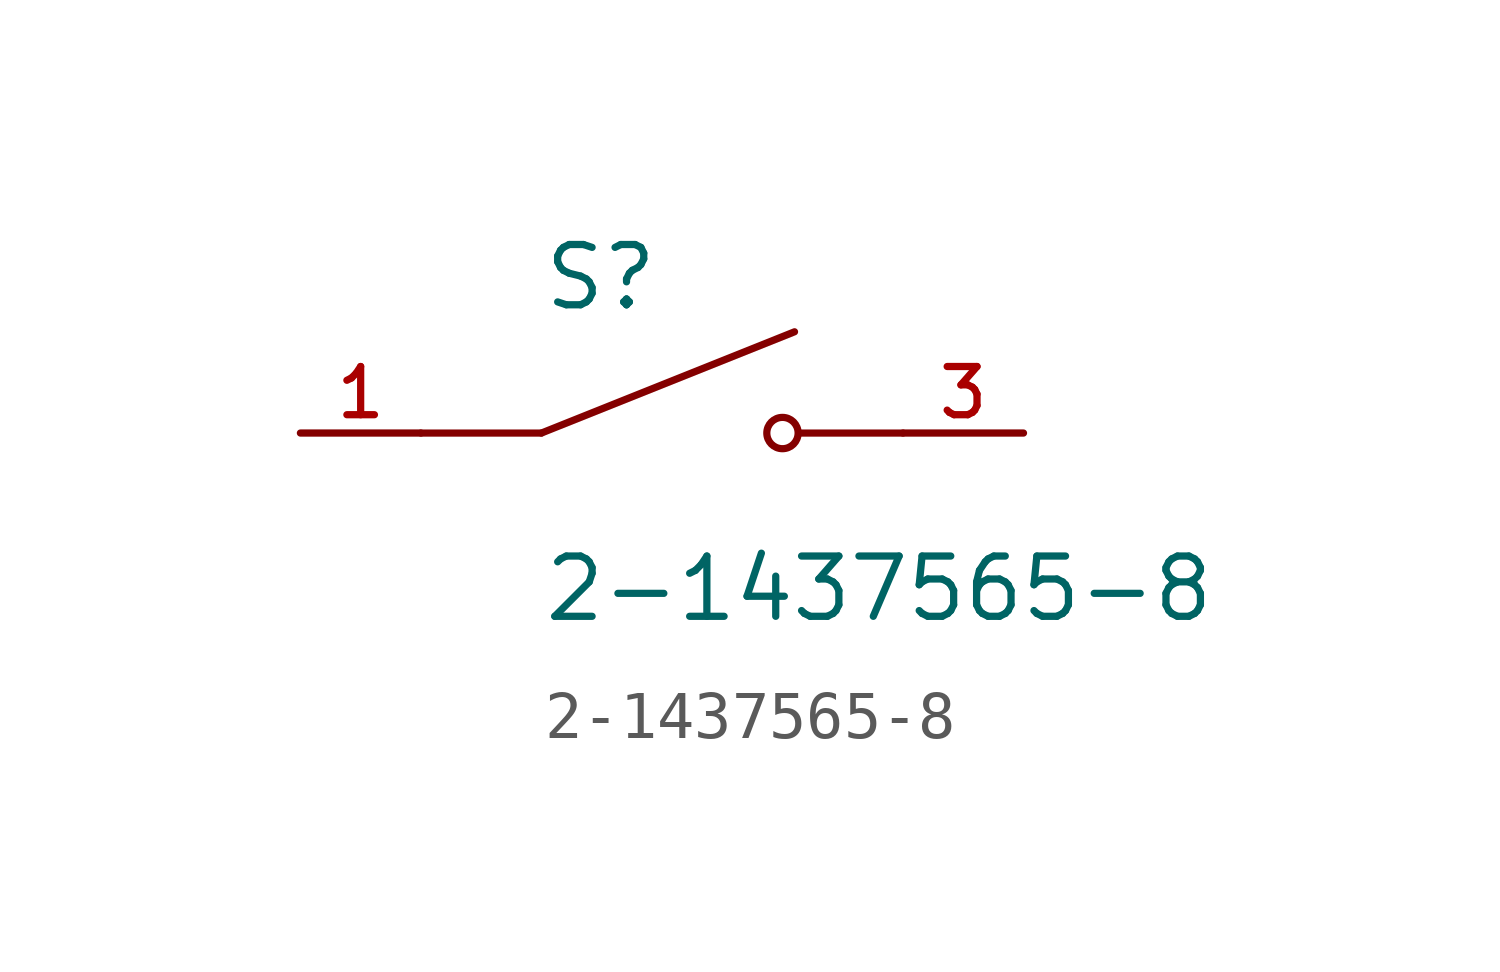
<source format=kicad_sym>
(kicad_symbol_lib
  (version 20211014)
  (generator kicad_symbol_editor)
  (symbol "2-1437565-8"
    (pin_names
      (offset 1.016))
    (property "Reference" "S"
      (at -2.54 2.54 0)
      (effects (font (size 1.27 1.27)) (justify bottom left)))
    (property "Value" "2-1437565-8"
      (at -2.54 -2.54 0)
      (effects (font (size 1.27 1.27)) (justify top left)))
    (symbol "2-1437565-8_0_0"
      (polyline (pts (xy -2.54 0.0) (xy 2.794 2.134)) (stroke (width 0.152)))
      (circle (center 2.54 0.0) (radius 0.33) (stroke (width 0.152)) (fill (type none)))
      (polyline (pts (xy 5.08 0.0) (xy 2.921 0.0)) (stroke (width 0.152)))
      (polyline (pts (xy -2.54 0.0) (xy -5.08 0.0)) (stroke (width 0.152)))
      (pin passive line (at -7.62 0.0 0) (length 2.54) (name "~" (effects (font (size 1.016 1.016)))) (number "1" (effects (font (size 1.016 1.016)))))
      (pin passive line (at -7.62 0.0 0) (length 2.54) hide (name "~" (effects (font (size 1.016 1.016)))) (number "2" (effects (font (size 1.016 1.016)))))
      (pin passive line (at 7.62 0.0 180.0) (length 2.54) (name "~" (effects (font (size 1.016 1.016)))) (number "3" (effects (font (size 1.016 1.016)))))
      (pin passive line (at 7.62 0.0 180.0) (length 2.54) hide (name "~" (effects (font (size 1.016 1.016)))) (number "4" (effects (font (size 1.016 1.016))))))))
</source>
